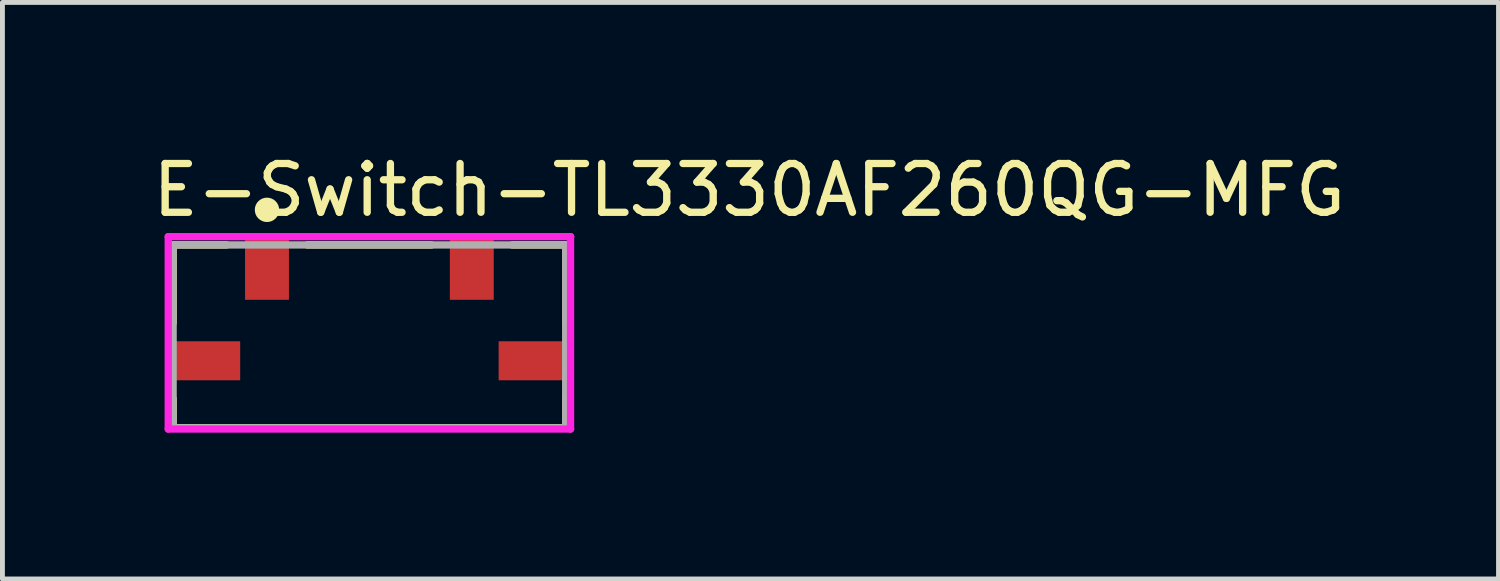
<source format=kicad_pcb>
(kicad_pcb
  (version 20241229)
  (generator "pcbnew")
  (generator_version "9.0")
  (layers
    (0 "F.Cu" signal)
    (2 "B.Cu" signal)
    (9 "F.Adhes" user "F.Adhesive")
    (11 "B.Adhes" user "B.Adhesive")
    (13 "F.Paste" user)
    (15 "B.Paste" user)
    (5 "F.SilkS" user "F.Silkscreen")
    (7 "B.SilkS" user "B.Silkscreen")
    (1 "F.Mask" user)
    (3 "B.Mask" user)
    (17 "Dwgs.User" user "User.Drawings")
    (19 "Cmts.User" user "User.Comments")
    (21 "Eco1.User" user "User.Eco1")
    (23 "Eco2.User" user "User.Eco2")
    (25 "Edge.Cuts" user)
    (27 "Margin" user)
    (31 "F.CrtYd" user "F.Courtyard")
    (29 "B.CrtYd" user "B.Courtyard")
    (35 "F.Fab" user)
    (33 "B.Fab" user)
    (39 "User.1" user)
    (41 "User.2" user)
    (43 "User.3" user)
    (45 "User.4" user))
  (footprint "E-Switch-TL3330AF260QG-MFG"
    (layer "F.Cu")
    (at 4.525 3.848)
    (property "Reference" "E-Switch-TL3330AF260QG-MFG" (at -4.525 -3 0) (layer "F.SilkS") (effects (font (size 1 1) (thickness 0.15)) (justify left)))
    (attr through_hole)
    (fp_line (start -4.025 -1.875) (end -2.925 -1.875) (stroke (width 0.15) (type solid)) (layer "F.SilkS"))
    (fp_line (start -4.025 -0.275) (end -4.025 -1.875) (stroke (width 0.15) (type solid)) (layer "F.SilkS"))
    (fp_line (start -4.025 1.875) (end -4.025 1.275) (stroke (width 0.15) (type solid)) (layer "F.SilkS"))
    (fp_line (start -4.025 1.875) (end 4.025 1.875) (stroke (width 0.15) (type solid)) (layer "F.SilkS"))
    (fp_line (start -1.275 -1.875) (end 1.275 -1.875) (stroke (width 0.15) (type solid)) (layer "F.SilkS"))
    (fp_line (start 2.925 -1.875) (end 4.025 -1.875) (stroke (width 0.15) (type solid)) (layer "F.SilkS"))
    (fp_line (start 4.025 -0.275) (end 4.025 -1.875) (stroke (width 0.15) (type solid)) (layer "F.SilkS"))
    (fp_line (start 4.025 1.875) (end 4.025 1.275) (stroke (width 0.15) (type solid)) (layer "F.SilkS"))
    (fp_circle (center -2.1 -2.595) (end -1.975 -2.595) (stroke (width 0.25) (type solid)) (fill no) (layer "F.SilkS"))
    (fp_line (start -4.125 -2.045) (end -4.125 1.9) (stroke (width 0.15) (type solid)) (layer "F.CrtYd"))
    (fp_line (start -4.125 1.9) (end 4.125 1.9) (stroke (width 0.15) (type solid)) (layer "F.CrtYd"))
    (fp_line (start 4.125 -2.045) (end -4.125 -2.045) (stroke (width 0.15) (type solid)) (layer "F.CrtYd"))
    (fp_line (start 4.125 -2.045) (end 4.125 -2.045) (stroke (width 0.15) (type solid)) (layer "F.CrtYd"))
    (fp_line (start 4.125 1.9) (end 4.125 -2.045) (stroke (width 0.15) (type solid)) (layer "F.CrtYd"))
    (fp_line (start -4.025 -1.875) (end 4.025 -1.875) (stroke (width 0.15) (type solid)) (layer "F.Fab"))
    (fp_line (start -4.025 1.875) (end -4.025 -1.875) (stroke (width 0.15) (type solid)) (layer "F.Fab"))
    (fp_line (start 4.025 -1.875) (end 4.025 1.875) (stroke (width 0.15) (type solid)) (layer "F.Fab"))
    (fp_line (start 4.025 1.875) (end -4.025 1.875) (stroke (width 0.15) (type solid)) (layer "F.Fab"))
    (pad "1" smd rect (at -2.1 -1.385) (size 0.9 1.27) (layers "F.Cu" "F.Mask" "F.Paste"))
    (pad "2" smd rect (at 2.1 -1.385) (size 0.9 1.27) (layers "F.Cu" "F.Mask" "F.Paste"))
    (pad "3" smd rect (at -3.375 0.5) (size 1.45 0.8) (layers "F.Cu" "F.Mask" "F.Paste"))
    (pad "4" smd rect (at 3.375 0.5) (size 1.45 0.8) (layers "F.Cu" "F.Mask" "F.Paste")))
  (gr_rect
    (start -3 -3)
    (end 27.679 8.823)
    (stroke (width 0.1) (type default))
    (fill no)
    (layer "Edge.Cuts")))
</source>
